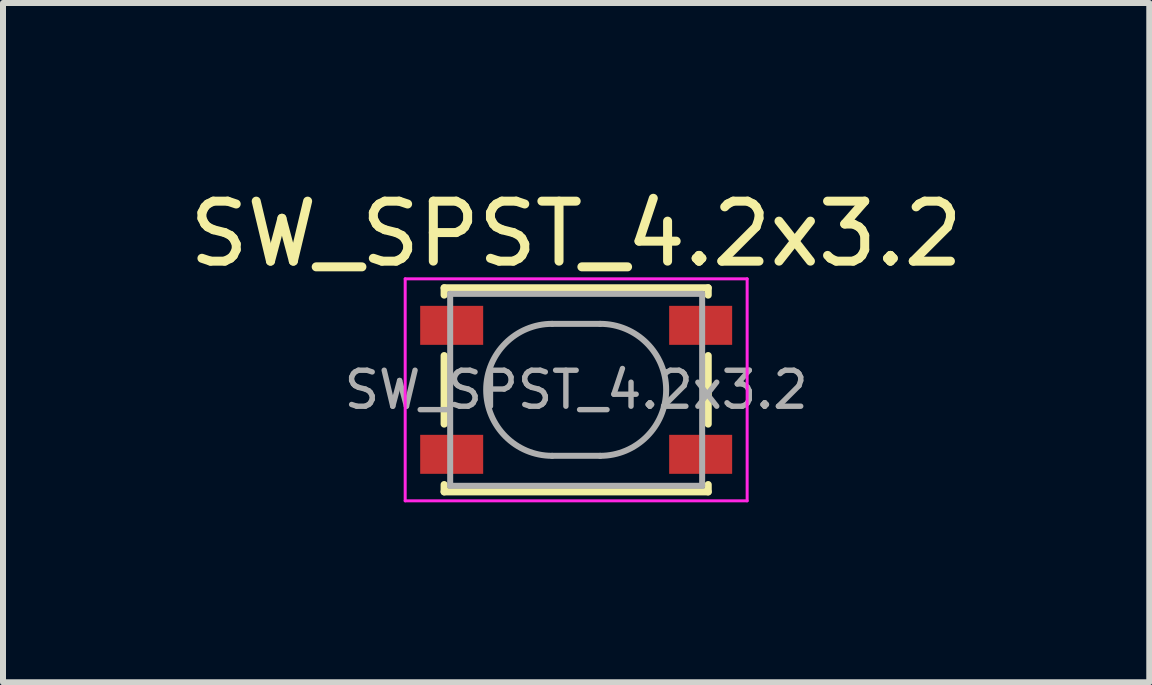
<source format=kicad_pcb>
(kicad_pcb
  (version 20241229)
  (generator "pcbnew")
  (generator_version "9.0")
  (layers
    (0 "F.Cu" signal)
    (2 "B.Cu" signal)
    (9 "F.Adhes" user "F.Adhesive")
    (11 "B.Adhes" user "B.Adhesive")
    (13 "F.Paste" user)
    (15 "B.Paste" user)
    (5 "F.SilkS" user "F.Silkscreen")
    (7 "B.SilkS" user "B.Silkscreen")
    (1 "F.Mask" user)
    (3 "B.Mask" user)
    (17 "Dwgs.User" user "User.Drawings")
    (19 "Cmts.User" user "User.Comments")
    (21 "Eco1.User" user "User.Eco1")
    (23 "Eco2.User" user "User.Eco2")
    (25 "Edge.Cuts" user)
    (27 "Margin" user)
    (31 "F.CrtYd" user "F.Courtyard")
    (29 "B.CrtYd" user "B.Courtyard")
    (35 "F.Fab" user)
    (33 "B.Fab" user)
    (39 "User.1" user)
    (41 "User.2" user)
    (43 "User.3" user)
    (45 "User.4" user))
  (footprint "SW_SPST_4.2x3.2"
    (layer "F.Cu")
    (at 6.554 3.448)
    (property "Reference" "SW_SPST_4.2x3.2" (at 0 -2.6 0) (layer "F.SilkS") (effects (font (size 1 1) (thickness 0.15))))
    (attr smd)
    (fp_line (start -2.2 -1.7) (end -2.2 -1.58) (stroke (width 0.12) (type solid)) (layer "F.SilkS"))
    (fp_line (start -2.2 -0.57) (end -2.2 0.57) (stroke (width 0.12) (type solid)) (layer "F.SilkS"))
    (fp_line (start -2.2 1.58) (end -2.2 1.7) (stroke (width 0.12) (type solid)) (layer "F.SilkS"))
    (fp_line (start -2.2 1.7) (end 2.2 1.7) (stroke (width 0.12) (type solid)) (layer "F.SilkS"))
    (fp_line (start 2.2 -1.7) (end -2.2 -1.7) (stroke (width 0.12) (type solid)) (layer "F.SilkS"))
    (fp_line (start 2.2 -1.58) (end 2.2 -1.7) (stroke (width 0.12) (type solid)) (layer "F.SilkS"))
    (fp_line (start 2.2 0.57) (end 2.2 -0.57) (stroke (width 0.12) (type solid)) (layer "F.SilkS"))
    (fp_line (start 2.2 1.7) (end 2.2 1.58) (stroke (width 0.12) (type solid)) (layer "F.SilkS"))
    (fp_line (start -2.85 -1.85) (end 2.85 -1.85) (stroke (width 0.05) (type solid)) (layer "F.CrtYd"))
    (fp_line (start -2.85 1.85) (end -2.85 -1.85) (stroke (width 0.05) (type solid)) (layer "F.CrtYd"))
    (fp_line (start 2.85 -1.85) (end 2.85 1.85) (stroke (width 0.05) (type solid)) (layer "F.CrtYd"))
    (fp_line (start 2.85 1.85) (end -2.85 1.85) (stroke (width 0.05) (type solid)) (layer "F.CrtYd"))
    (fp_line (start -2.1 -1.6) (end -2.1 1.6) (stroke (width 0.1) (type solid)) (layer "F.Fab"))
    (fp_line (start -2.1 1.6) (end 2.1 1.6) (stroke (width 0.1) (type solid)) (layer "F.Fab"))
    (fp_line (start -0.4 -1.1) (end 0.4 -1.1) (stroke (width 0.1) (type solid)) (layer "F.Fab"))
    (fp_line (start 0.4 1.1) (end -0.4 1.1) (stroke (width 0.1) (type solid)) (layer "F.Fab"))
    (fp_line (start 2.1 -1.6) (end -2.1 -1.6) (stroke (width 0.1) (type solid)) (layer "F.Fab"))
    (fp_line (start 2.1 1.6) (end 2.1 -1.6) (stroke (width 0.1) (type solid)) (layer "F.Fab"))
    (fp_arc (start -0.4 1.1) (mid -1.5 0) (end -0.4 -1.1) (stroke (width 0.1) (type solid)) (layer "F.Fab"))
    (fp_arc (start 0.4 -1.1) (mid 1.5 0) (end 0.4 1.1) (stroke (width 0.1) (type solid)) (layer "F.Fab"))
    (fp_text user "${REFERENCE}" (at 0 0 0) (layer "F.Fab") (effects (font (size 0.6 0.6) (thickness 0.09))))
    (pad "1" smd rect (at -2.075 -1.075) (size 1.05 0.65) (layers "F.Cu" "F.Mask" "F.Paste"))
    (pad "1" smd rect (at 2.075 -1.075) (size 1.05 0.65) (layers "F.Cu" "F.Mask" "F.Paste"))
    (pad "2" smd rect (at -2.075 1.075) (size 1.05 0.65) (layers "F.Cu" "F.Mask" "F.Paste"))
    (pad "2" smd rect (at 2.075 1.075) (size 1.05 0.65) (layers "F.Cu" "F.Mask" "F.Paste")))
  (gr_rect
    (start -3 -3)
    (end 16.107 8.323)
    (stroke (width 0.1) (type default))
    (fill no)
    (layer "Edge.Cuts")))
</source>
